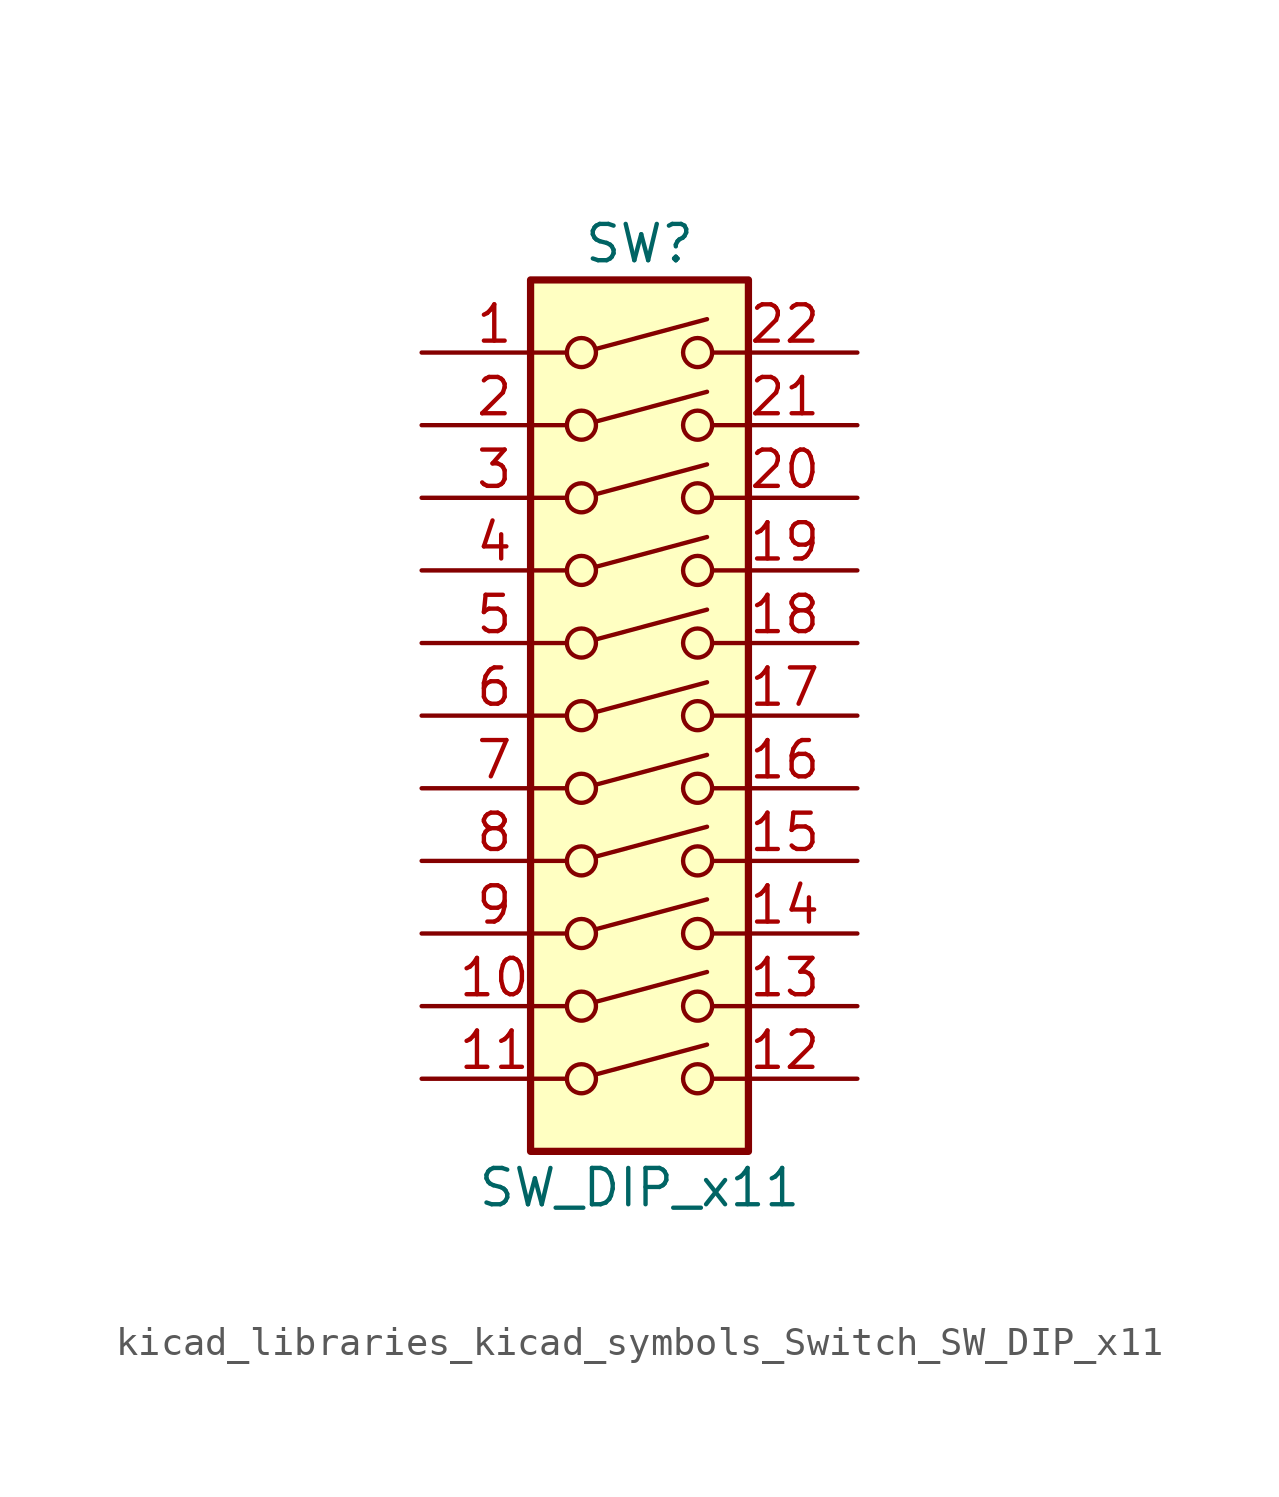
<source format=kicad_sym>
(kicad_symbol_lib
  (version 20220914)
  (generator kicad_symbol_editor)
  (symbol "kicad_libraries_kicad_symbols_Switch_SW_DIP_x11"
    (pin_names
      (offset 0) hide)
    (property "Reference" "SW"
      (at 0 19.05 0)
      (effects (font (size 1.27 1.27))))
    (property "Value" "SW_DIP_x11"
      (at 0 -13.97 0)
      (effects (font (size 1.27 1.27))))
    (symbol "kicad_libraries_kicad_symbols_Switch_SW_DIP_x11_0_0"
      (circle (center -2.032 -10.16) (radius 0.508) (stroke (width 0) (type default)) (fill (type none)))
      (circle (center -2.032 -7.62) (radius 0.508) (stroke (width 0) (type default)) (fill (type none)))
      (circle (center -2.032 -5.08) (radius 0.508) (stroke (width 0) (type default)) (fill (type none)))
      (circle (center -2.032 -2.54) (radius 0.508) (stroke (width 0) (type default)) (fill (type none)))
      (circle (center -2.032 0) (radius 0.508) (stroke (width 0) (type default)) (fill (type none)))
      (circle (center -2.032 2.54) (radius 0.508) (stroke (width 0) (type default)) (fill (type none)))
      (circle (center -2.032 5.08) (radius 0.508) (stroke (width 0) (type default)) (fill (type none)))
      (circle (center -2.032 7.62) (radius 0.508) (stroke (width 0) (type default)) (fill (type none)))
      (circle (center -2.032 10.16) (radius 0.508) (stroke (width 0) (type default)) (fill (type none)))
      (circle (center -2.032 12.7) (radius 0.508) (stroke (width 0) (type default)) (fill (type none)))
      (circle (center -2.032 15.24) (radius 0.508) (stroke (width 0) (type default)) (fill (type none)))
      (polyline (pts (xy -1.524 -10.008) (xy 2.362 -8.966)) (stroke (width 0) (type default)) (fill (type none)))
      (polyline (pts (xy -1.524 -7.468) (xy 2.362 -6.426)) (stroke (width 0) (type default)) (fill (type none)))
      (polyline (pts (xy -1.524 -4.928) (xy 2.362 -3.886)) (stroke (width 0) (type default)) (fill (type none)))
      (polyline (pts (xy -1.524 -2.388) (xy 2.362 -1.346)) (stroke (width 0) (type default)) (fill (type none)))
      (polyline (pts (xy -1.524 0.127) (xy 2.362 1.168)) (stroke (width 0) (type default)) (fill (type none)))
      (polyline (pts (xy -1.524 2.667) (xy 2.362 3.708)) (stroke (width 0) (type default)) (fill (type none)))
      (polyline (pts (xy -1.524 5.207) (xy 2.362 6.248)) (stroke (width 0) (type default)) (fill (type none)))
      (polyline (pts (xy -1.524 7.747) (xy 2.362 8.788)) (stroke (width 0) (type default)) (fill (type none)))
      (polyline (pts (xy -1.524 10.287) (xy 2.362 11.328)) (stroke (width 0) (type default)) (fill (type none)))
      (polyline (pts (xy -1.524 12.827) (xy 2.362 13.868)) (stroke (width 0) (type default)) (fill (type none)))
      (polyline (pts (xy -1.524 15.367) (xy 2.362 16.408)) (stroke (width 0) (type default)) (fill (type none)))
      (circle (center 2.032 -10.16) (radius 0.508) (stroke (width 0) (type default)) (fill (type none)))
      (circle (center 2.032 -7.62) (radius 0.508) (stroke (width 0) (type default)) (fill (type none)))
      (circle (center 2.032 -5.08) (radius 0.508) (stroke (width 0) (type default)) (fill (type none)))
      (circle (center 2.032 -2.54) (radius 0.508) (stroke (width 0) (type default)) (fill (type none)))
      (circle (center 2.032 0) (radius 0.508) (stroke (width 0) (type default)) (fill (type none)))
      (circle (center 2.032 2.54) (radius 0.508) (stroke (width 0) (type default)) (fill (type none)))
      (circle (center 2.032 5.08) (radius 0.508) (stroke (width 0) (type default)) (fill (type none)))
      (circle (center 2.032 7.62) (radius 0.508) (stroke (width 0) (type default)) (fill (type none)))
      (circle (center 2.032 10.16) (radius 0.508) (stroke (width 0) (type default)) (fill (type none)))
      (circle (center 2.032 12.7) (radius 0.508) (stroke (width 0) (type default)) (fill (type none)))
      (circle (center 2.032 15.24) (radius 0.508) (stroke (width 0) (type default)) (fill (type none))))
    (symbol "kicad_libraries_kicad_symbols_Switch_SW_DIP_x11_0_1"
      (rectangle (start -3.81 17.78) (end 3.81 -12.7) (stroke (width 0.254) (type default)) (fill (type background))))
    (symbol "kicad_libraries_kicad_symbols_Switch_SW_DIP_x11_1_1"
      (pin passive line (at -7.62 15.24 0) (length 5.08) (name "~" (effects (font (size 1.27 1.27)))) (number "1" (effects (font (size 1.27 1.27)))))
      (pin passive line (at -7.62 -7.62 0) (length 5.08) (name "~" (effects (font (size 1.27 1.27)))) (number "10" (effects (font (size 1.27 1.27)))))
      (pin passive line (at -7.62 -10.16 0) (length 5.08) (name "~" (effects (font (size 1.27 1.27)))) (number "11" (effects (font (size 1.27 1.27)))))
      (pin passive line (at 7.62 -10.16 180) (length 5.08) (name "~" (effects (font (size 1.27 1.27)))) (number "12" (effects (font (size 1.27 1.27)))))
      (pin passive line (at 7.62 -7.62 180) (length 5.08) (name "~" (effects (font (size 1.27 1.27)))) (number "13" (effects (font (size 1.27 1.27)))))
      (pin passive line (at 7.62 -5.08 180) (length 5.08) (name "~" (effects (font (size 1.27 1.27)))) (number "14" (effects (font (size 1.27 1.27)))))
      (pin passive line (at 7.62 -2.54 180) (length 5.08) (name "~" (effects (font (size 1.27 1.27)))) (number "15" (effects (font (size 1.27 1.27)))))
      (pin passive line (at 7.62 0 180) (length 5.08) (name "~" (effects (font (size 1.27 1.27)))) (number "16" (effects (font (size 1.27 1.27)))))
      (pin passive line (at 7.62 2.54 180) (length 5.08) (name "~" (effects (font (size 1.27 1.27)))) (number "17" (effects (font (size 1.27 1.27)))))
      (pin passive line (at 7.62 5.08 180) (length 5.08) (name "~" (effects (font (size 1.27 1.27)))) (number "18" (effects (font (size 1.27 1.27)))))
      (pin passive line (at 7.62 7.62 180) (length 5.08) (name "~" (effects (font (size 1.27 1.27)))) (number "19" (effects (font (size 1.27 1.27)))))
      (pin passive line (at -7.62 12.7 0) (length 5.08) (name "~" (effects (font (size 1.27 1.27)))) (number "2" (effects (font (size 1.27 1.27)))))
      (pin passive line (at 7.62 10.16 180) (length 5.08) (name "~" (effects (font (size 1.27 1.27)))) (number "20" (effects (font (size 1.27 1.27)))))
      (pin passive line (at 7.62 12.7 180) (length 5.08) (name "~" (effects (font (size 1.27 1.27)))) (number "21" (effects (font (size 1.27 1.27)))))
      (pin passive line (at 7.62 15.24 180) (length 5.08) (name "~" (effects (font (size 1.27 1.27)))) (number "22" (effects (font (size 1.27 1.27)))))
      (pin passive line (at -7.62 10.16 0) (length 5.08) (name "~" (effects (font (size 1.27 1.27)))) (number "3" (effects (font (size 1.27 1.27)))))
      (pin passive line (at -7.62 7.62 0) (length 5.08) (name "~" (effects (font (size 1.27 1.27)))) (number "4" (effects (font (size 1.27 1.27)))))
      (pin passive line (at -7.62 5.08 0) (length 5.08) (name "~" (effects (font (size 1.27 1.27)))) (number "5" (effects (font (size 1.27 1.27)))))
      (pin passive line (at -7.62 2.54 0) (length 5.08) (name "~" (effects (font (size 1.27 1.27)))) (number "6" (effects (font (size 1.27 1.27)))))
      (pin passive line (at -7.62 0 0) (length 5.08) (name "~" (effects (font (size 1.27 1.27)))) (number "7" (effects (font (size 1.27 1.27)))))
      (pin passive line (at -7.62 -2.54 0) (length 5.08) (name "~" (effects (font (size 1.27 1.27)))) (number "8" (effects (font (size 1.27 1.27)))))
      (pin passive line (at -7.62 -5.08 0) (length 5.08) (name "~" (effects (font (size 1.27 1.27)))) (number "9" (effects (font (size 1.27 1.27))))))))
</source>
